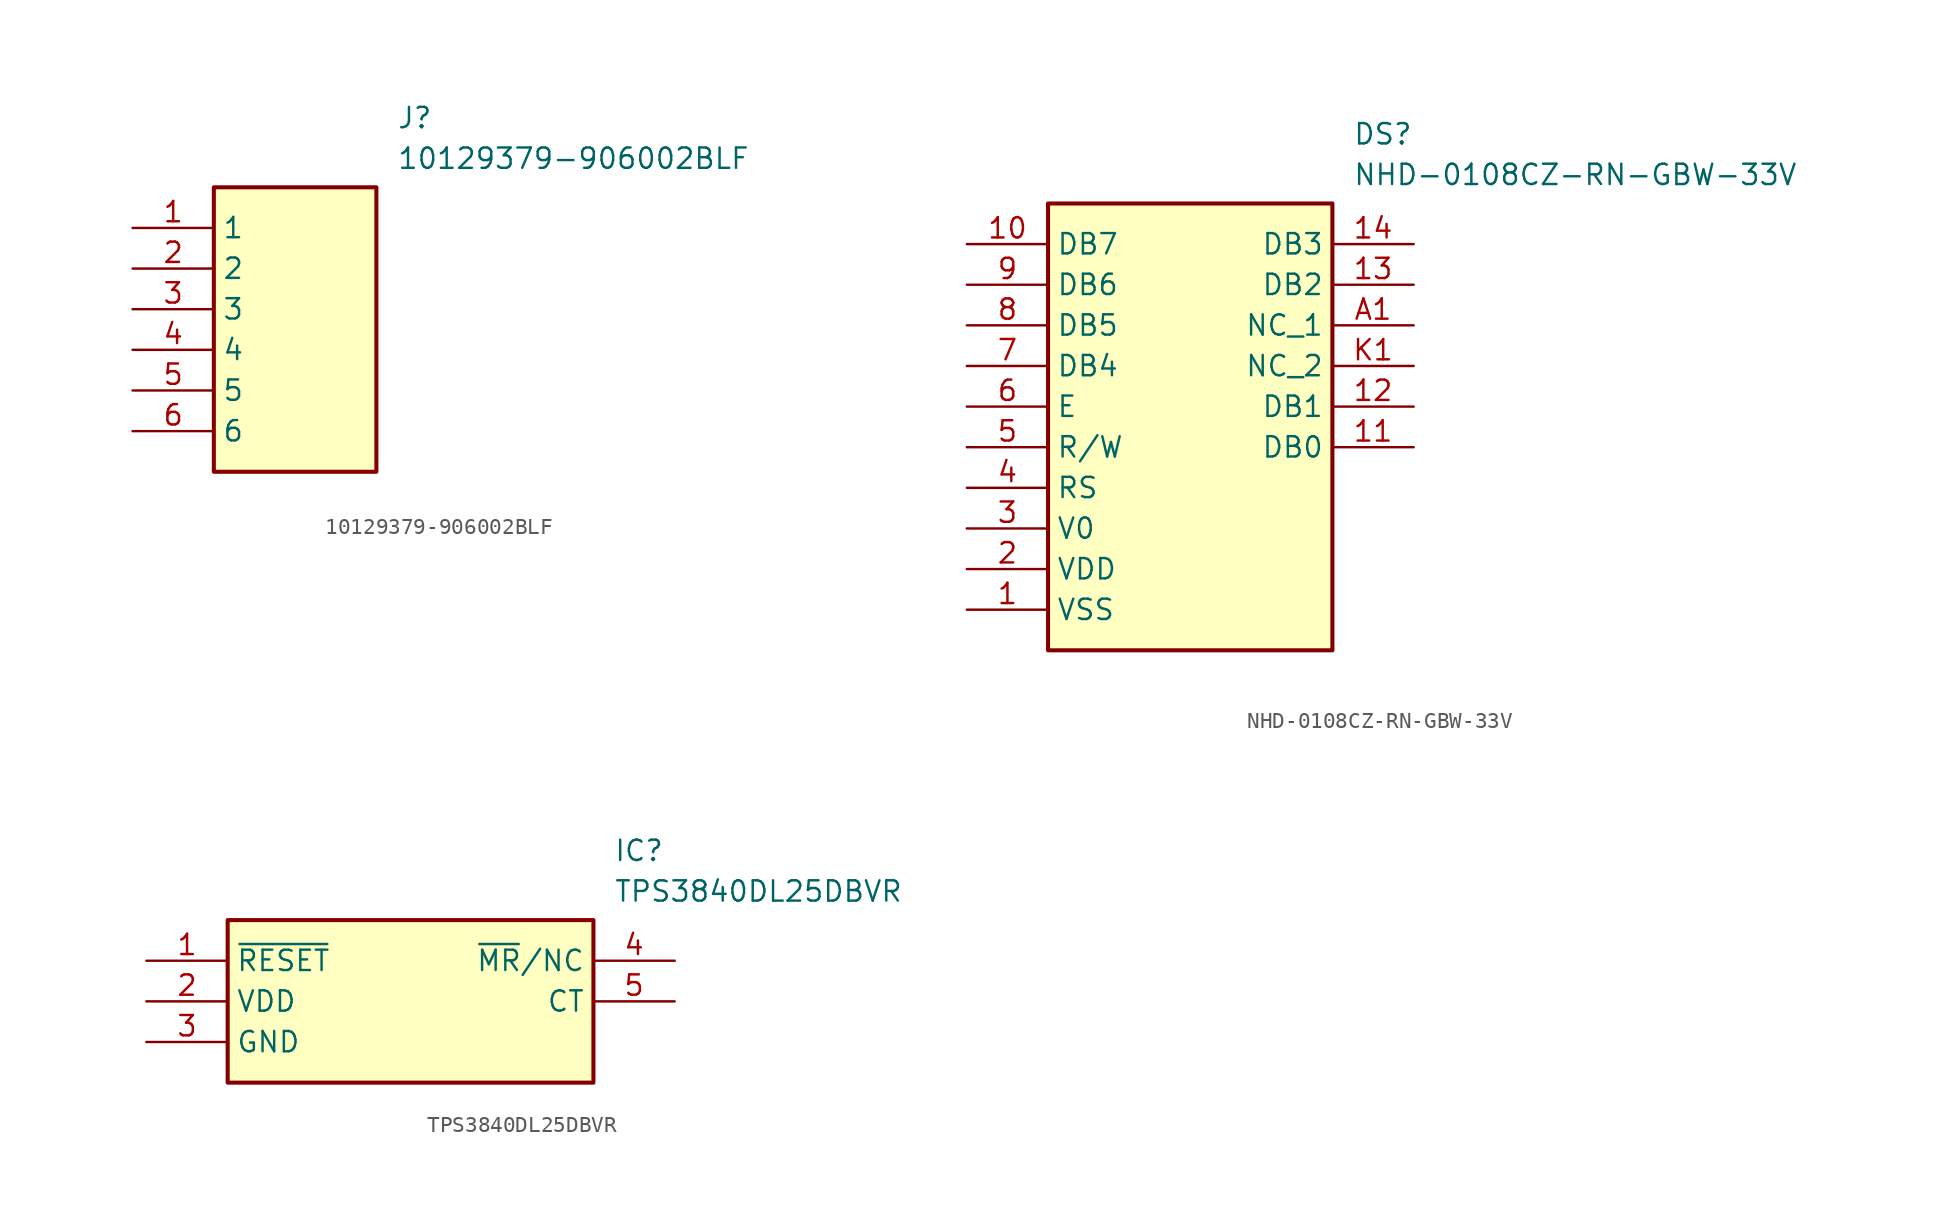
<source format=kicad_sym>
(kicad_symbol_lib
  (version 20241209)
  (generator "kicad_symbol_editor")
  (generator_version "9.0")
  (symbol "10129379-906002BLF"
    (property "Reference" "J"
      (at 16.51 7.62 0)
      (effects (font (size 1.27 1.27)) (justify left top)))
    (property "Value" "10129379-906002BLF"
      (at 16.51 5.08 0)
      (effects (font (size 1.27 1.27)) (justify left top)))
    (symbol "10129379-906002BLF_1_1"
      (rectangle (start 5.08 2.54) (end 15.24 -15.24) (stroke (width 0.254) (type default)) (fill (type background)))
      (pin passive line (at 0 0 0) (length 5.08) (name "1" (effects (font (size 1.27 1.27)))) (number "1" (effects (font (size 1.27 1.27)))))
      (pin passive line (at 0 -2.54 0) (length 5.08) (name "2" (effects (font (size 1.27 1.27)))) (number "2" (effects (font (size 1.27 1.27)))))
      (pin passive line (at 0 -5.08 0) (length 5.08) (name "3" (effects (font (size 1.27 1.27)))) (number "3" (effects (font (size 1.27 1.27)))))
      (pin passive line (at 0 -7.62 0) (length 5.08) (name "4" (effects (font (size 1.27 1.27)))) (number "4" (effects (font (size 1.27 1.27)))))
      (pin passive line (at 0 -10.16 0) (length 5.08) (name "5" (effects (font (size 1.27 1.27)))) (number "5" (effects (font (size 1.27 1.27)))))
      (pin passive line (at 0 -12.7 0) (length 5.08) (name "6" (effects (font (size 1.27 1.27)))) (number "6" (effects (font (size 1.27 1.27)))))))
  (symbol "NHD-0108CZ-RN-GBW-33V"
    (property "Reference" "DS"
      (at 24.13 7.62 0)
      (effects (font (size 1.27 1.27)) (justify left top)))
    (property "Value" "NHD-0108CZ-RN-GBW-33V"
      (at 24.13 5.08 0)
      (effects (font (size 1.27 1.27)) (justify left top)))
    (symbol "NHD-0108CZ-RN-GBW-33V_1_1"
      (rectangle (start 5.08 2.54) (end 22.86 -25.4) (stroke (width 0.254) (type default)) (fill (type background)))
      (pin passive line (at 0 0 0) (length 5.08) (name "DB7" (effects (font (size 1.27 1.27)))) (number "10" (effects (font (size 1.27 1.27)))))
      (pin passive line (at 0 -2.54 0) (length 5.08) (name "DB6" (effects (font (size 1.27 1.27)))) (number "9" (effects (font (size 1.27 1.27)))))
      (pin passive line (at 0 -5.08 0) (length 5.08) (name "DB5" (effects (font (size 1.27 1.27)))) (number "8" (effects (font (size 1.27 1.27)))))
      (pin passive line (at 0 -7.62 0) (length 5.08) (name "DB4" (effects (font (size 1.27 1.27)))) (number "7" (effects (font (size 1.27 1.27)))))
      (pin passive line (at 0 -10.16 0) (length 5.08) (name "E" (effects (font (size 1.27 1.27)))) (number "6" (effects (font (size 1.27 1.27)))))
      (pin passive line (at 0 -12.7 0) (length 5.08) (name "R/W" (effects (font (size 1.27 1.27)))) (number "5" (effects (font (size 1.27 1.27)))))
      (pin passive line (at 0 -15.24 0) (length 5.08) (name "RS" (effects (font (size 1.27 1.27)))) (number "4" (effects (font (size 1.27 1.27)))))
      (pin passive line (at 0 -17.78 0) (length 5.08) (name "V0" (effects (font (size 1.27 1.27)))) (number "3" (effects (font (size 1.27 1.27)))))
      (pin passive line (at 0 -20.32 0) (length 5.08) (name "VDD" (effects (font (size 1.27 1.27)))) (number "2" (effects (font (size 1.27 1.27)))))
      (pin passive line (at 0 -22.86 0) (length 5.08) (name "VSS" (effects (font (size 1.27 1.27)))) (number "1" (effects (font (size 1.27 1.27)))))
      (pin passive line (at 27.94 0 180) (length 5.08) (name "DB3" (effects (font (size 1.27 1.27)))) (number "14" (effects (font (size 1.27 1.27)))))
      (pin passive line (at 27.94 -2.54 180) (length 5.08) (name "DB2" (effects (font (size 1.27 1.27)))) (number "13" (effects (font (size 1.27 1.27)))))
      (pin passive line (at 27.94 -5.08 180) (length 5.08) (name "NC_1" (effects (font (size 1.27 1.27)))) (number "A1" (effects (font (size 1.27 1.27)))))
      (pin passive line (at 27.94 -7.62 180) (length 5.08) (name "NC_2" (effects (font (size 1.27 1.27)))) (number "K1" (effects (font (size 1.27 1.27)))))
      (pin passive line (at 27.94 -10.16 180) (length 5.08) (name "DB1" (effects (font (size 1.27 1.27)))) (number "12" (effects (font (size 1.27 1.27)))))
      (pin passive line (at 27.94 -12.7 180) (length 5.08) (name "DB0" (effects (font (size 1.27 1.27)))) (number "11" (effects (font (size 1.27 1.27)))))))
  (symbol "TPS3840DL25DBVR"
    (property "Reference" "IC"
      (at 29.21 7.62 0)
      (effects (font (size 1.27 1.27)) (justify left top)))
    (property "Value" "TPS3840DL25DBVR"
      (at 29.21 5.08 0)
      (effects (font (size 1.27 1.27)) (justify left top)))
    (symbol "TPS3840DL25DBVR_1_1"
      (rectangle (start 5.08 2.54) (end 27.94 -7.62) (stroke (width 0.254) (type default)) (fill (type background)))
      (pin passive line (at 0 0 0) (length 5.08) (name "~{RESET}" (effects (font (size 1.27 1.27)))) (number "1" (effects (font (size 1.27 1.27)))))
      (pin passive line (at 0 -2.54 0) (length 5.08) (name "VDD" (effects (font (size 1.27 1.27)))) (number "2" (effects (font (size 1.27 1.27)))))
      (pin passive line (at 0 -5.08 0) (length 5.08) (name "GND" (effects (font (size 1.27 1.27)))) (number "3" (effects (font (size 1.27 1.27)))))
      (pin passive line (at 33.02 0 180) (length 5.08) (name "~{MR}/NC" (effects (font (size 1.27 1.27)))) (number "4" (effects (font (size 1.27 1.27)))))
      (pin passive line (at 33.02 -2.54 180) (length 5.08) (name "CT" (effects (font (size 1.27 1.27)))) (number "5" (effects (font (size 1.27 1.27))))))))
</source>
